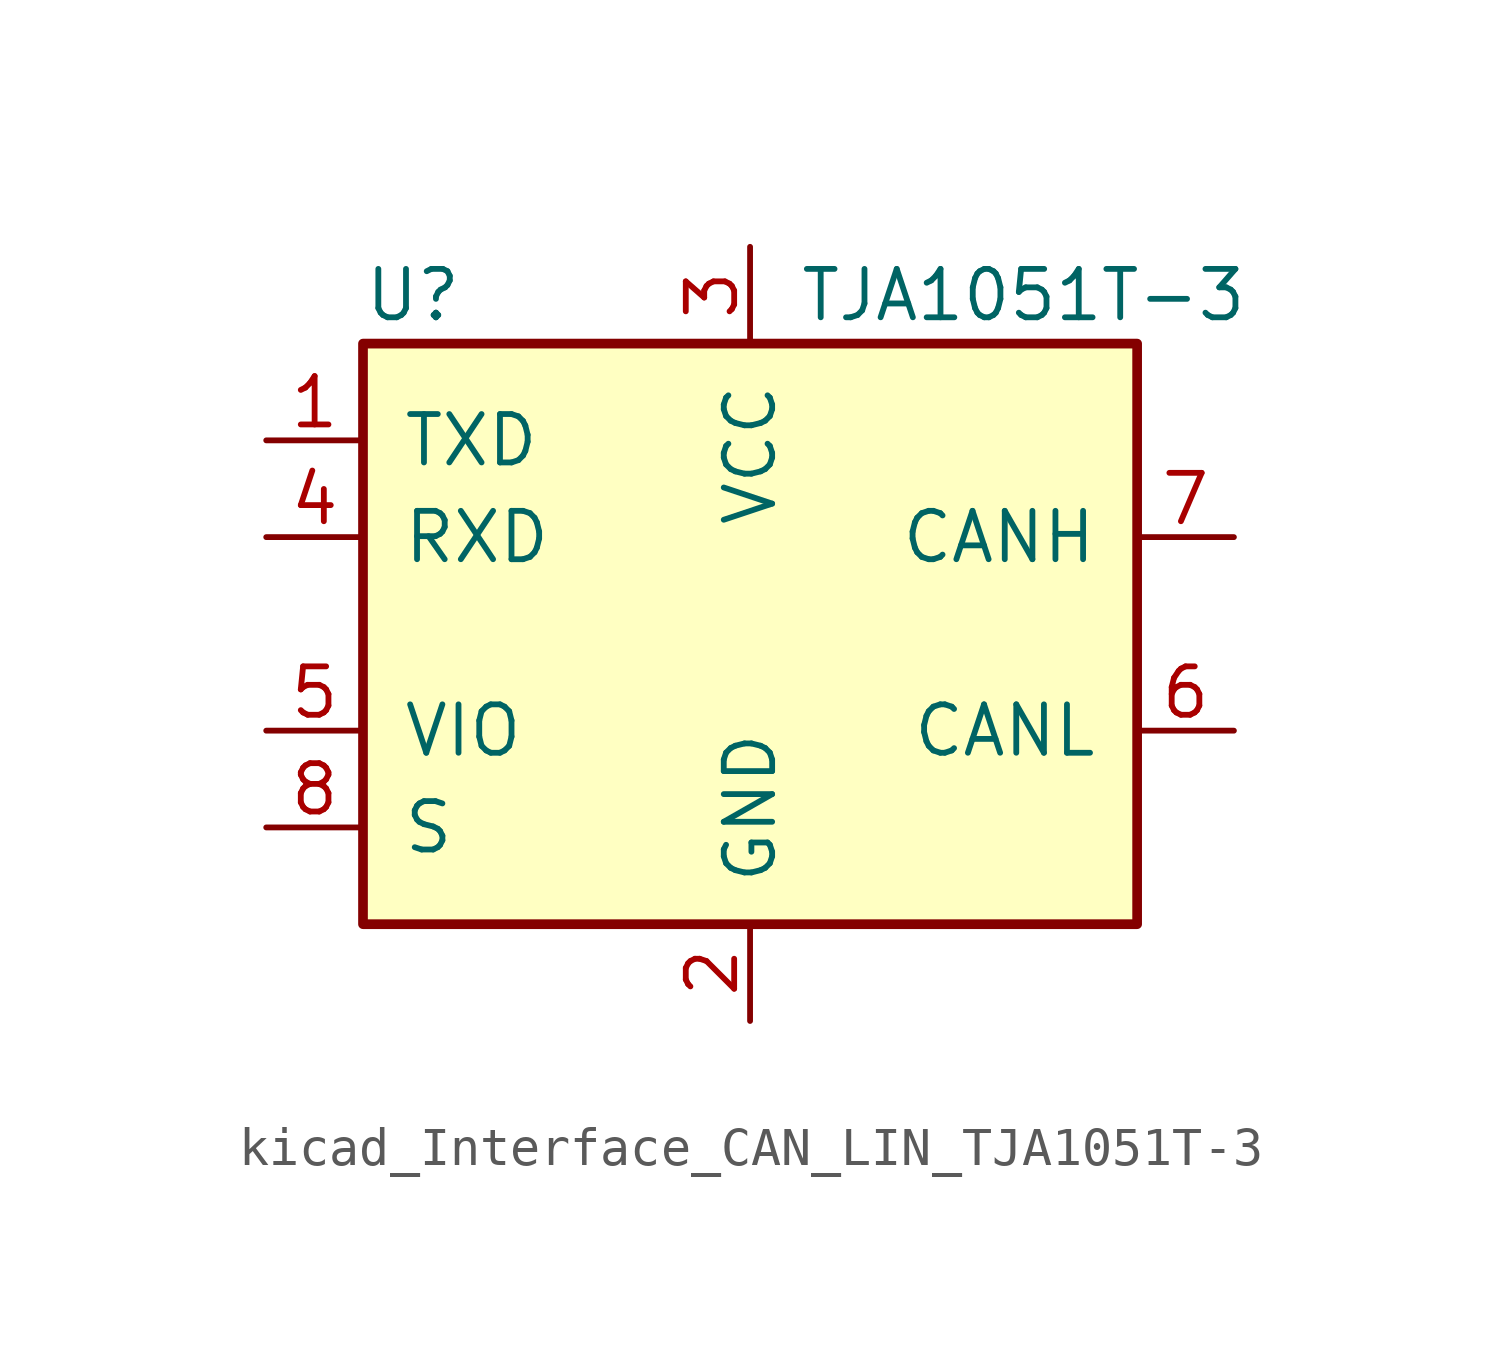
<source format=kicad_sym>
(kicad_symbol_lib
  (version 20220914)
  (generator kicad_symbol_editor)
  (symbol "kicad_Interface_CAN_LIN_TJA1051T-3"
    (pin_names
      (offset 1.016))
    (property "Reference" "U"
      (at -10.16 8.89 0)
      (effects (font (size 1.27 1.27)) (justify left)))
    (property "Value" "TJA1051T-3"
      (at 1.27 8.89 0)
      (effects (font (size 1.27 1.27)) (justify left)))
    (symbol "kicad_Interface_CAN_LIN_TJA1051T-3_0_1"
      (rectangle (start -10.16 7.62) (end 10.16 -7.62) (stroke (width 0.254) (type default)) (fill (type background))))
    (symbol "kicad_Interface_CAN_LIN_TJA1051T-3_1_1"
      (pin input line (at -12.7 5.08 0) (length 2.54) (name "TXD" (effects (font (size 1.27 1.27)))) (number "1" (effects (font (size 1.27 1.27)))))
      (pin power_in line (at 0 -10.16 90) (length 2.54) (name "GND" (effects (font (size 1.27 1.27)))) (number "2" (effects (font (size 1.27 1.27)))))
      (pin power_in line (at 0 10.16 270) (length 2.54) (name "VCC" (effects (font (size 1.27 1.27)))) (number "3" (effects (font (size 1.27 1.27)))))
      (pin output line (at -12.7 2.54 0) (length 2.54) (name "RXD" (effects (font (size 1.27 1.27)))) (number "4" (effects (font (size 1.27 1.27)))))
      (pin power_in line (at -12.7 -2.54 0) (length 2.54) (name "VIO" (effects (font (size 1.27 1.27)))) (number "5" (effects (font (size 1.27 1.27)))))
      (pin bidirectional line (at 12.7 -2.54 180) (length 2.54) (name "CANL" (effects (font (size 1.27 1.27)))) (number "6" (effects (font (size 1.27 1.27)))))
      (pin bidirectional line (at 12.7 2.54 180) (length 2.54) (name "CANH" (effects (font (size 1.27 1.27)))) (number "7" (effects (font (size 1.27 1.27)))))
      (pin input line (at -12.7 -5.08 0) (length 2.54) (name "S" (effects (font (size 1.27 1.27)))) (number "8" (effects (font (size 1.27 1.27))))))))
</source>
